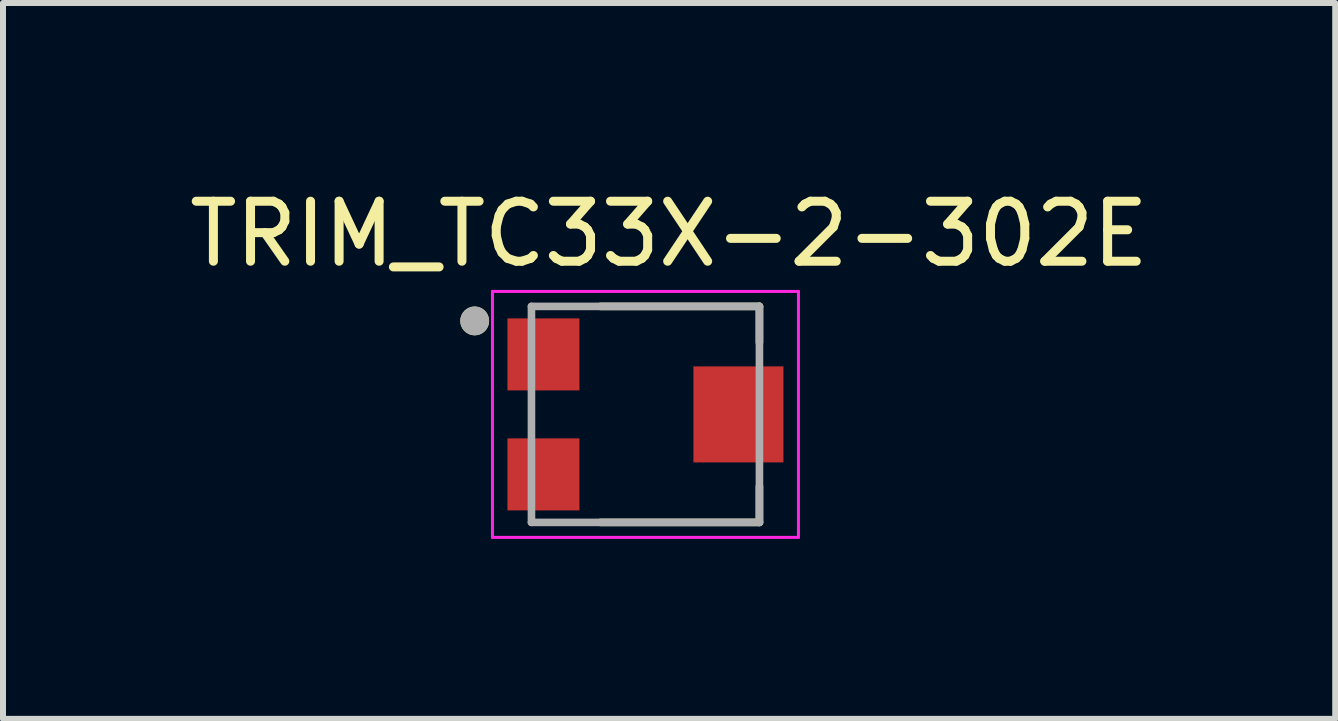
<source format=kicad_pcb>
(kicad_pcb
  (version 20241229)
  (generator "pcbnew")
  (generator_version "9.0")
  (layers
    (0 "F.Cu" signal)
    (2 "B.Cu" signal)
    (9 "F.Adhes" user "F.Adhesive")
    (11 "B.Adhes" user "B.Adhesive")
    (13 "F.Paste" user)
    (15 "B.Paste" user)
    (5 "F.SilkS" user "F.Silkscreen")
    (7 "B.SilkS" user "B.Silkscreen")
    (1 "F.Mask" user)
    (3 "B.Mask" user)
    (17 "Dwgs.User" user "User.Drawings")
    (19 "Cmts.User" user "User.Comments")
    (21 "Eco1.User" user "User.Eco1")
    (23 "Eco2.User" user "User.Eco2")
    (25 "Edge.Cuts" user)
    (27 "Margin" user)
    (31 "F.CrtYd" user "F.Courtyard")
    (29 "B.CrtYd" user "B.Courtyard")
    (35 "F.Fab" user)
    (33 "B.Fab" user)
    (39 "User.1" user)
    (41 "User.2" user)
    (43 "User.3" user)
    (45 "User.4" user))
  (footprint "TRIM_TC33X-2-302E"
    (layer "F.Cu")
    (at 7.808 3.857)
    (property "Reference" "TRIM_TC33X-2-302E" (at 0.294 -3.008 0) (layer "F.SilkS") (effects (font (size 1 1) (thickness 0.15))))
    (attr smd)
    (fp_line (start -0.85 -1.8) (end 1.8 -1.8) (stroke (width 0.127) (type solid)) (layer "F.SilkS"))
    (fp_line (start -0.85 1.8) (end 1.8 1.8) (stroke (width 0.127) (type solid)) (layer "F.SilkS"))
    (fp_line (start 1.8 -1.8) (end 1.8 -1.2) (stroke (width 0.127) (type solid)) (layer "F.SilkS"))
    (fp_line (start 1.8 1.8) (end 1.8 1.2) (stroke (width 0.127) (type solid)) (layer "F.SilkS"))
    (fp_circle (center -2.946 -1.558) (end -2.826 -1.558) (stroke (width 0.24) (type solid)) (fill no) (layer "F.SilkS"))
    (fp_line (start -2.65 -2.05) (end 2.45 -2.05) (stroke (width 0.05) (type solid)) (layer "F.CrtYd"))
    (fp_line (start -2.65 2.05) (end -2.65 -2.05) (stroke (width 0.05) (type solid)) (layer "F.CrtYd"))
    (fp_line (start 2.45 -2.05) (end 2.45 2.05) (stroke (width 0.05) (type solid)) (layer "F.CrtYd"))
    (fp_line (start 2.45 2.05) (end -2.65 2.05) (stroke (width 0.05) (type solid)) (layer "F.CrtYd"))
    (fp_line (start -2 -1.8) (end 1.8 -1.8) (stroke (width 0.127) (type solid)) (layer "F.Fab"))
    (fp_line (start -2 1.8) (end -2 -1.8) (stroke (width 0.127) (type solid)) (layer "F.Fab"))
    (fp_line (start 1.8 -1.8) (end 1.8 1.8) (stroke (width 0.127) (type solid)) (layer "F.Fab"))
    (fp_line (start 1.8 1.8) (end -2 1.8) (stroke (width 0.127) (type solid)) (layer "F.Fab"))
    (fp_circle (center -2.946 -1.558) (end -2.826 -1.558) (stroke (width 0.24) (type solid)) (fill no) (layer "F.Fab"))
    (pad "1" smd rect (at -1.8 -1) (size 1.2 1.2) (layers "F.Cu" "F.Mask" "F.Paste"))
    (pad "2" smd rect (at 1.45 0) (size 1.5 1.6) (layers "F.Cu" "F.Mask" "F.Paste"))
    (pad "3" smd rect (at -1.8 1) (size 1.2 1.2) (layers "F.Cu" "F.Mask" "F.Paste")))
  (gr_rect
    (start -3 -3)
    (end 19.205 8.932)
    (stroke (width 0.1) (type default))
    (fill no)
    (layer "Edge.Cuts")))
</source>
